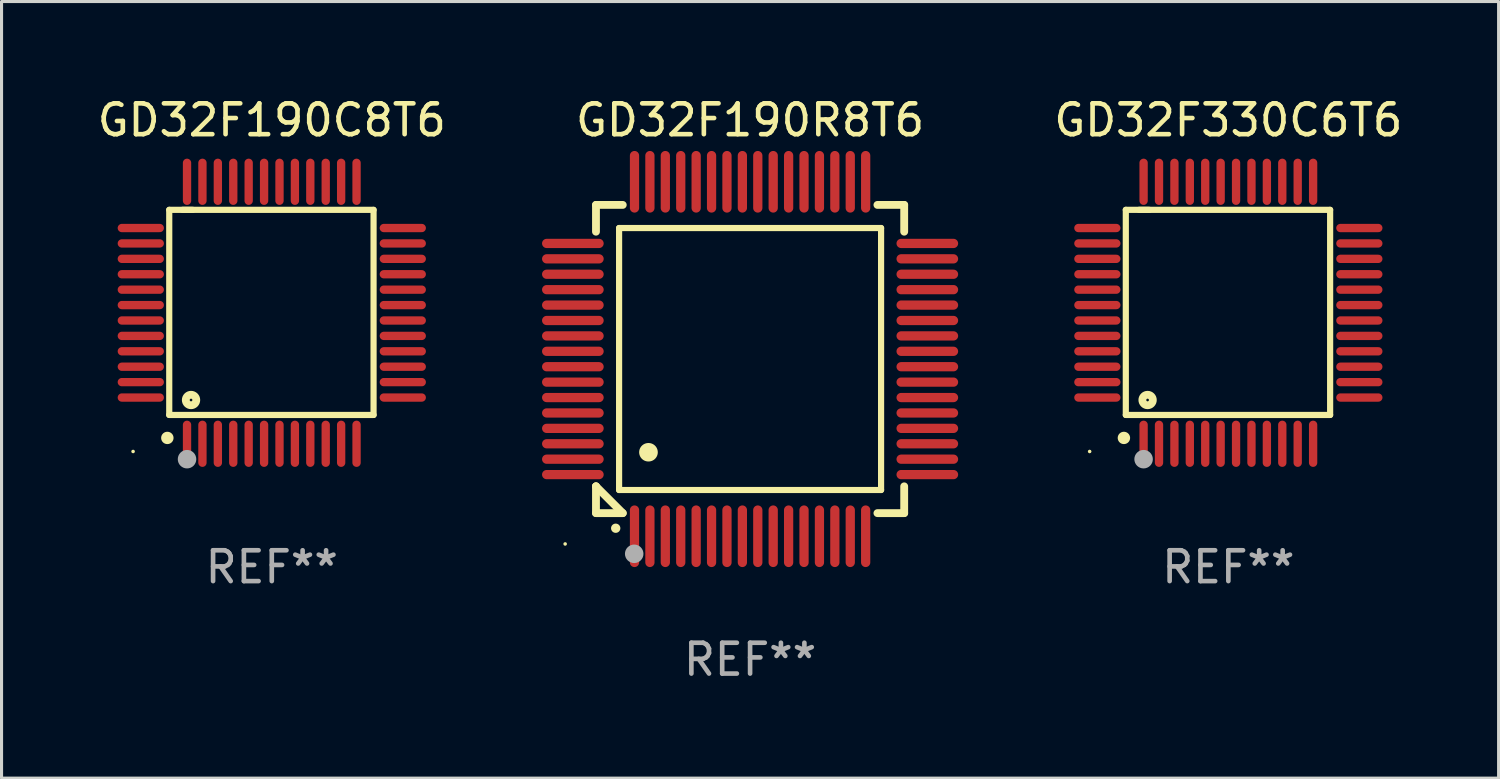
<source format=kicad_pcb>
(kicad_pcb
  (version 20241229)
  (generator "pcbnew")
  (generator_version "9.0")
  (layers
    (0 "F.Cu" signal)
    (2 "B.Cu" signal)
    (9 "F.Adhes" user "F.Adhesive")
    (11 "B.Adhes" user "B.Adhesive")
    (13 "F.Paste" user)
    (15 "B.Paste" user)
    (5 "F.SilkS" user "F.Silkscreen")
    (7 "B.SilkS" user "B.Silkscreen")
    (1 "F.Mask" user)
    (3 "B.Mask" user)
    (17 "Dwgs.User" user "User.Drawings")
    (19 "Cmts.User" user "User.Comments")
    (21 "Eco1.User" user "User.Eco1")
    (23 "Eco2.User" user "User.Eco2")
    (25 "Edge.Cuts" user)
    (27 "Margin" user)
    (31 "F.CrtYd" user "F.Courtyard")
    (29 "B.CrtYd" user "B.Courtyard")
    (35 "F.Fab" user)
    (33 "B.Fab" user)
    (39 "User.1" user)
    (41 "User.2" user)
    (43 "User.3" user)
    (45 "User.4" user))
  (footprint "GD32F330C6T6"
    (layer "F.Cu")
    (at 36.803 7.098)
    (property "Reference" "GD32F330C6T6" (at 0 -6.25 0) (layer "F.SilkS") (effects (font (size 1 1) (thickness 0.15))))
    (attr through_hole)
    (fp_line (start -3.327 -3.34) (end -2.565 -3.34) (stroke (width 0.2) (type solid)) (layer "F.SilkS"))
    (fp_line (start -3.327 3.315) (end -3.327 -3.34) (stroke (width 0.2) (type solid)) (layer "F.SilkS"))
    (fp_line (start -2.896 -3.34) (end 3.302 -3.34) (stroke (width 0.2) (type solid)) (layer "F.SilkS"))
    (fp_line (start 3.302 -3.34) (end 3.302 3.315) (stroke (width 0.2) (type solid)) (layer "F.SilkS"))
    (fp_line (start 3.302 3.315) (end -3.327 3.315) (stroke (width 0.2) (type solid)) (layer "F.SilkS"))
    (fp_arc (start -3.389992 4.059995) (mid -3.388722 4.059991) (end -3.387452 4.059995) (stroke (width 0.4) (type solid)) (layer "F.SilkS"))
    (fp_circle (center -4.5 4.5) (end -4.47 4.5) (stroke (width 0.06) (type solid)) (fill no) (layer "F.SilkS"))
    (fp_circle (center -2.62 2.83) (end -2.45 2.83) (stroke (width 0.254) (type solid)) (fill no) (layer "F.SilkS"))
    (fp_circle (center -2.75 4.75) (end -2.6 4.75) (stroke (width 0.3) (type solid)) (fill no) (layer "F.Fab"))
    (fp_text user "REF**" (at 0 8.25 0) (layer "F.Fab") (effects (font (size 1 1) (thickness 0.15))))
    (pad "1" smd oval (at -2.75 4.25) (size 0.27 1.5) (layers "F.Cu" "F.Mask" "F.Paste"))
    (pad "2" smd oval (at -2.25 4.25) (size 0.27 1.5) (layers "F.Cu" "F.Mask" "F.Paste"))
    (pad "3" smd oval (at -1.75 4.25) (size 0.27 1.5) (layers "F.Cu" "F.Mask" "F.Paste"))
    (pad "4" smd oval (at -1.25 4.25) (size 0.27 1.5) (layers "F.Cu" "F.Mask" "F.Paste"))
    (pad "5" smd oval (at -0.75 4.25) (size 0.27 1.5) (layers "F.Cu" "F.Mask" "F.Paste"))
    (pad "6" smd oval (at -0.25 4.25) (size 0.27 1.5) (layers "F.Cu" "F.Mask" "F.Paste"))
    (pad "7" smd oval (at 0.25 4.25) (size 0.27 1.5) (layers "F.Cu" "F.Mask" "F.Paste"))
    (pad "8" smd oval (at 0.75 4.25) (size 0.27 1.5) (layers "F.Cu" "F.Mask" "F.Paste"))
    (pad "9" smd oval (at 1.25 4.25) (size 0.27 1.5) (layers "F.Cu" "F.Mask" "F.Paste"))
    (pad "10" smd oval (at 1.75 4.25) (size 0.27 1.5) (layers "F.Cu" "F.Mask" "F.Paste"))
    (pad "11" smd oval (at 2.25 4.25) (size 0.27 1.5) (layers "F.Cu" "F.Mask" "F.Paste"))
    (pad "12" smd oval (at 2.75 4.25) (size 0.27 1.5) (layers "F.Cu" "F.Mask" "F.Paste"))
    (pad "13" smd oval (at 4.25 2.75) (size 1.5 0.27) (layers "F.Cu" "F.Mask" "F.Paste"))
    (pad "14" smd oval (at 4.25 2.25) (size 1.5 0.27) (layers "F.Cu" "F.Mask" "F.Paste"))
    (pad "15" smd oval (at 4.25 1.75) (size 1.5 0.27) (layers "F.Cu" "F.Mask" "F.Paste"))
    (pad "16" smd oval (at 4.25 1.25) (size 1.5 0.27) (layers "F.Cu" "F.Mask" "F.Paste"))
    (pad "17" smd oval (at 4.25 0.75) (size 1.5 0.27) (layers "F.Cu" "F.Mask" "F.Paste"))
    (pad "18" smd oval (at 4.25 0.25) (size 1.5 0.27) (layers "F.Cu" "F.Mask" "F.Paste"))
    (pad "19" smd oval (at 4.25 -0.25) (size 1.5 0.27) (layers "F.Cu" "F.Mask" "F.Paste"))
    (pad "20" smd oval (at 4.25 -0.75) (size 1.5 0.27) (layers "F.Cu" "F.Mask" "F.Paste"))
    (pad "21" smd oval (at 4.25 -1.25) (size 1.5 0.27) (layers "F.Cu" "F.Mask" "F.Paste"))
    (pad "22" smd oval (at 4.25 -1.75) (size 1.5 0.27) (layers "F.Cu" "F.Mask" "F.Paste"))
    (pad "23" smd oval (at 4.25 -2.25) (size 1.5 0.27) (layers "F.Cu" "F.Mask" "F.Paste"))
    (pad "24" smd oval (at 4.25 -2.75) (size 1.5 0.27) (layers "F.Cu" "F.Mask" "F.Paste"))
    (pad "25" smd oval (at 2.75 -4.25) (size 0.27 1.5) (layers "F.Cu" "F.Mask" "F.Paste"))
    (pad "26" smd oval (at 2.25 -4.25) (size 0.27 1.5) (layers "F.Cu" "F.Mask" "F.Paste"))
    (pad "27" smd oval (at 1.75 -4.25) (size 0.27 1.5) (layers "F.Cu" "F.Mask" "F.Paste"))
    (pad "28" smd oval (at 1.25 -4.25) (size 0.27 1.5) (layers "F.Cu" "F.Mask" "F.Paste"))
    (pad "29" smd oval (at 0.75 -4.25) (size 0.27 1.5) (layers "F.Cu" "F.Mask" "F.Paste"))
    (pad "30" smd oval (at 0.25 -4.25) (size 0.27 1.5) (layers "F.Cu" "F.Mask" "F.Paste"))
    (pad "31" smd oval (at -0.25 -4.25) (size 0.27 1.5) (layers "F.Cu" "F.Mask" "F.Paste"))
    (pad "32" smd oval (at -0.75 -4.25) (size 0.27 1.5) (layers "F.Cu" "F.Mask" "F.Paste"))
    (pad "33" smd oval (at -1.25 -4.25) (size 0.27 1.5) (layers "F.Cu" "F.Mask" "F.Paste"))
    (pad "34" smd oval (at -1.75 -4.25) (size 0.27 1.5) (layers "F.Cu" "F.Mask" "F.Paste"))
    (pad "35" smd oval (at -2.25 -4.25) (size 0.27 1.5) (layers "F.Cu" "F.Mask" "F.Paste"))
    (pad "36" smd oval (at -2.75 -4.25) (size 0.27 1.5) (layers "F.Cu" "F.Mask" "F.Paste"))
    (pad "37" smd oval (at -4.25 -2.75) (size 1.5 0.27) (layers "F.Cu" "F.Mask" "F.Paste"))
    (pad "38" smd oval (at -4.25 -2.25) (size 1.5 0.27) (layers "F.Cu" "F.Mask" "F.Paste"))
    (pad "39" smd oval (at -4.25 -1.75) (size 1.5 0.27) (layers "F.Cu" "F.Mask" "F.Paste"))
    (pad "40" smd oval (at -4.25 -1.25) (size 1.5 0.27) (layers "F.Cu" "F.Mask" "F.Paste"))
    (pad "41" smd oval (at -4.25 -0.75) (size 1.5 0.27) (layers "F.Cu" "F.Mask" "F.Paste"))
    (pad "42" smd oval (at -4.25 -0.25) (size 1.5 0.27) (layers "F.Cu" "F.Mask" "F.Paste"))
    (pad "43" smd oval (at -4.25 0.25) (size 1.5 0.27) (layers "F.Cu" "F.Mask" "F.Paste"))
    (pad "44" smd oval (at -4.25 0.75) (size 1.5 0.27) (layers "F.Cu" "F.Mask" "F.Paste"))
    (pad "45" smd oval (at -4.25 1.25) (size 1.5 0.27) (layers "F.Cu" "F.Mask" "F.Paste"))
    (pad "46" smd oval (at -4.25 1.75) (size 1.5 0.27) (layers "F.Cu" "F.Mask" "F.Paste"))
    (pad "47" smd oval (at -4.25 2.25) (size 1.5 0.27) (layers "F.Cu" "F.Mask" "F.Paste"))
    (pad "48" smd oval (at -4.25 2.75) (size 1.5 0.27) (layers "F.Cu" "F.Mask" "F.Paste")))
  (footprint "GD32F190C8T6"
    (layer "F.Cu")
    (at 5.768 7.098)
    (property "Reference" "GD32F190C8T6" (at 0 -6.25 0) (layer "F.SilkS") (effects (font (size 1 1) (thickness 0.15))))
    (attr through_hole)
    (fp_line (start -3.327 -3.34) (end -2.565 -3.34) (stroke (width 0.2) (type solid)) (layer "F.SilkS"))
    (fp_line (start -3.327 3.315) (end -3.327 -3.34) (stroke (width 0.2) (type solid)) (layer "F.SilkS"))
    (fp_line (start -2.896 -3.34) (end 3.302 -3.34) (stroke (width 0.2) (type solid)) (layer "F.SilkS"))
    (fp_line (start 3.302 -3.34) (end 3.302 3.315) (stroke (width 0.2) (type solid)) (layer "F.SilkS"))
    (fp_line (start 3.302 3.315) (end -3.327 3.315) (stroke (width 0.2) (type solid)) (layer "F.SilkS"))
    (fp_arc (start -3.389992 4.059995) (mid -3.388722 4.059991) (end -3.387452 4.059995) (stroke (width 0.4) (type solid)) (layer "F.SilkS"))
    (fp_circle (center -4.5 4.5) (end -4.47 4.5) (stroke (width 0.06) (type solid)) (fill no) (layer "F.SilkS"))
    (fp_circle (center -2.62 2.83) (end -2.45 2.83) (stroke (width 0.254) (type solid)) (fill no) (layer "F.SilkS"))
    (fp_circle (center -2.75 4.75) (end -2.6 4.75) (stroke (width 0.3) (type solid)) (fill no) (layer "F.Fab"))
    (fp_text user "REF**" (at 0 8.25 0) (layer "F.Fab") (effects (font (size 1 1) (thickness 0.15))))
    (pad "1" smd oval (at -2.75 4.25) (size 0.27 1.5) (layers "F.Cu" "F.Mask" "F.Paste"))
    (pad "2" smd oval (at -2.25 4.25) (size 0.27 1.5) (layers "F.Cu" "F.Mask" "F.Paste"))
    (pad "3" smd oval (at -1.75 4.25) (size 0.27 1.5) (layers "F.Cu" "F.Mask" "F.Paste"))
    (pad "4" smd oval (at -1.25 4.25) (size 0.27 1.5) (layers "F.Cu" "F.Mask" "F.Paste"))
    (pad "5" smd oval (at -0.75 4.25) (size 0.27 1.5) (layers "F.Cu" "F.Mask" "F.Paste"))
    (pad "6" smd oval (at -0.25 4.25) (size 0.27 1.5) (layers "F.Cu" "F.Mask" "F.Paste"))
    (pad "7" smd oval (at 0.25 4.25) (size 0.27 1.5) (layers "F.Cu" "F.Mask" "F.Paste"))
    (pad "8" smd oval (at 0.75 4.25) (size 0.27 1.5) (layers "F.Cu" "F.Mask" "F.Paste"))
    (pad "9" smd oval (at 1.25 4.25) (size 0.27 1.5) (layers "F.Cu" "F.Mask" "F.Paste"))
    (pad "10" smd oval (at 1.75 4.25) (size 0.27 1.5) (layers "F.Cu" "F.Mask" "F.Paste"))
    (pad "11" smd oval (at 2.25 4.25) (size 0.27 1.5) (layers "F.Cu" "F.Mask" "F.Paste"))
    (pad "12" smd oval (at 2.75 4.25) (size 0.27 1.5) (layers "F.Cu" "F.Mask" "F.Paste"))
    (pad "13" smd oval (at 4.25 2.75) (size 1.5 0.27) (layers "F.Cu" "F.Mask" "F.Paste"))
    (pad "14" smd oval (at 4.25 2.25) (size 1.5 0.27) (layers "F.Cu" "F.Mask" "F.Paste"))
    (pad "15" smd oval (at 4.25 1.75) (size 1.5 0.27) (layers "F.Cu" "F.Mask" "F.Paste"))
    (pad "16" smd oval (at 4.25 1.25) (size 1.5 0.27) (layers "F.Cu" "F.Mask" "F.Paste"))
    (pad "17" smd oval (at 4.25 0.75) (size 1.5 0.27) (layers "F.Cu" "F.Mask" "F.Paste"))
    (pad "18" smd oval (at 4.25 0.25) (size 1.5 0.27) (layers "F.Cu" "F.Mask" "F.Paste"))
    (pad "19" smd oval (at 4.25 -0.25) (size 1.5 0.27) (layers "F.Cu" "F.Mask" "F.Paste"))
    (pad "20" smd oval (at 4.25 -0.75) (size 1.5 0.27) (layers "F.Cu" "F.Mask" "F.Paste"))
    (pad "21" smd oval (at 4.25 -1.25) (size 1.5 0.27) (layers "F.Cu" "F.Mask" "F.Paste"))
    (pad "22" smd oval (at 4.25 -1.75) (size 1.5 0.27) (layers "F.Cu" "F.Mask" "F.Paste"))
    (pad "23" smd oval (at 4.25 -2.25) (size 1.5 0.27) (layers "F.Cu" "F.Mask" "F.Paste"))
    (pad "24" smd oval (at 4.25 -2.75) (size 1.5 0.27) (layers "F.Cu" "F.Mask" "F.Paste"))
    (pad "25" smd oval (at 2.75 -4.25) (size 0.27 1.5) (layers "F.Cu" "F.Mask" "F.Paste"))
    (pad "26" smd oval (at 2.25 -4.25) (size 0.27 1.5) (layers "F.Cu" "F.Mask" "F.Paste"))
    (pad "27" smd oval (at 1.75 -4.25) (size 0.27 1.5) (layers "F.Cu" "F.Mask" "F.Paste"))
    (pad "28" smd oval (at 1.25 -4.25) (size 0.27 1.5) (layers "F.Cu" "F.Mask" "F.Paste"))
    (pad "29" smd oval (at 0.75 -4.25) (size 0.27 1.5) (layers "F.Cu" "F.Mask" "F.Paste"))
    (pad "30" smd oval (at 0.25 -4.25) (size 0.27 1.5) (layers "F.Cu" "F.Mask" "F.Paste"))
    (pad "31" smd oval (at -0.25 -4.25) (size 0.27 1.5) (layers "F.Cu" "F.Mask" "F.Paste"))
    (pad "32" smd oval (at -0.75 -4.25) (size 0.27 1.5) (layers "F.Cu" "F.Mask" "F.Paste"))
    (pad "33" smd oval (at -1.25 -4.25) (size 0.27 1.5) (layers "F.Cu" "F.Mask" "F.Paste"))
    (pad "34" smd oval (at -1.75 -4.25) (size 0.27 1.5) (layers "F.Cu" "F.Mask" "F.Paste"))
    (pad "35" smd oval (at -2.25 -4.25) (size 0.27 1.5) (layers "F.Cu" "F.Mask" "F.Paste"))
    (pad "36" smd oval (at -2.75 -4.25) (size 0.27 1.5) (layers "F.Cu" "F.Mask" "F.Paste"))
    (pad "37" smd oval (at -4.25 -2.75) (size 1.5 0.27) (layers "F.Cu" "F.Mask" "F.Paste"))
    (pad "38" smd oval (at -4.25 -2.25) (size 1.5 0.27) (layers "F.Cu" "F.Mask" "F.Paste"))
    (pad "39" smd oval (at -4.25 -1.75) (size 1.5 0.27) (layers "F.Cu" "F.Mask" "F.Paste"))
    (pad "40" smd oval (at -4.25 -1.25) (size 1.5 0.27) (layers "F.Cu" "F.Mask" "F.Paste"))
    (pad "41" smd oval (at -4.25 -0.75) (size 1.5 0.27) (layers "F.Cu" "F.Mask" "F.Paste"))
    (pad "42" smd oval (at -4.25 -0.25) (size 1.5 0.27) (layers "F.Cu" "F.Mask" "F.Paste"))
    (pad "43" smd oval (at -4.25 0.25) (size 1.5 0.27) (layers "F.Cu" "F.Mask" "F.Paste"))
    (pad "44" smd oval (at -4.25 0.75) (size 1.5 0.27) (layers "F.Cu" "F.Mask" "F.Paste"))
    (pad "45" smd oval (at -4.25 1.25) (size 1.5 0.27) (layers "F.Cu" "F.Mask" "F.Paste"))
    (pad "46" smd oval (at -4.25 1.75) (size 1.5 0.27) (layers "F.Cu" "F.Mask" "F.Paste"))
    (pad "47" smd oval (at -4.25 2.25) (size 1.5 0.27) (layers "F.Cu" "F.Mask" "F.Paste"))
    (pad "48" smd oval (at -4.25 2.75) (size 1.5 0.27) (layers "F.Cu" "F.Mask" "F.Paste")))
  (footprint "GD32F190R8T6"
    (layer "F.Cu")
    (at 21.286 8.598)
    (property "Reference" "GD32F190R8T6" (at 0 -7.75 0) (layer "F.SilkS") (effects (font (size 1 1) (thickness 0.15))))
    (attr through_hole)
    (fp_line (start -5 -5) (end -4.131 -5) (stroke (width 0.254) (type solid)) (layer "F.SilkS"))
    (fp_line (start -5 -4.131) (end -5 -5) (stroke (width 0.254) (type solid)) (layer "F.SilkS"))
    (fp_line (start -5 4.131) (end -5 4.131) (stroke (width 0.254) (type solid)) (layer "F.SilkS"))
    (fp_line (start -5 5) (end -5 4.131) (stroke (width 0.254) (type solid)) (layer "F.SilkS"))
    (fp_line (start -5 4.131) (end -4.131 5) (stroke (width 0.254) (type solid)) (layer "F.SilkS"))
    (fp_line (start -4.25 -4.25) (end -4.25 4.25) (stroke (width 0.2) (type solid)) (layer "F.SilkS"))
    (fp_line (start -4.25 4.25) (end 4.25 4.25) (stroke (width 0.2) (type solid)) (layer "F.SilkS"))
    (fp_line (start -4.131 5) (end -5 5) (stroke (width 0.254) (type solid)) (layer "F.SilkS"))
    (fp_line (start 4.25 -4.25) (end -4.25 -4.25) (stroke (width 0.2) (type solid)) (layer "F.SilkS"))
    (fp_line (start 4.25 4.25) (end 4.25 -4.25) (stroke (width 0.2) (type solid)) (layer "F.SilkS"))
    (fp_line (start 5 -5) (end 4.131 -5) (stroke (width 0.254) (type solid)) (layer "F.SilkS"))
    (fp_line (start 5 -5) (end 5 -4.131) (stroke (width 0.254) (type solid)) (layer "F.SilkS"))
    (fp_line (start 5 4.131) (end 5 5) (stroke (width 0.254) (type solid)) (layer "F.SilkS"))
    (fp_line (start 5 5) (end 4.131 5) (stroke (width 0.254) (type solid)) (layer "F.SilkS"))
    (fp_arc (start -4.361265 5.489992) (mid -4.359995 5.489987) (end -4.358725 5.489992) (stroke (width 0.3) (type solid)) (layer "F.SilkS"))
    (fp_arc (start -3.299467 3.025146) (mid -3.296927 3.025135) (end -3.294387 3.025146) (stroke (width 0.6) (type solid)) (layer "F.SilkS"))
    (fp_circle (center -6 6) (end -5.97 6) (stroke (width 0.06) (type solid)) (fill no) (layer "F.SilkS"))
    (fp_circle (center -3.76 6.32) (end -3.61 6.32) (stroke (width 0.3) (type solid)) (fill no) (layer "F.Fab"))
    (fp_text user "REF**" (at 0 9.75 0) (layer "F.Fab") (effects (font (size 1 1) (thickness 0.15))))
    (pad "1" smd oval (at -3.75 5.75) (size 0.3 2) (layers "F.Cu" "F.Mask" "F.Paste"))
    (pad "2" smd oval (at -3.25 5.75) (size 0.3 2) (layers "F.Cu" "F.Mask" "F.Paste"))
    (pad "3" smd oval (at -2.75 5.75) (size 0.3 2) (layers "F.Cu" "F.Mask" "F.Paste"))
    (pad "4" smd oval (at -2.25 5.75) (size 0.3 2) (layers "F.Cu" "F.Mask" "F.Paste"))
    (pad "5" smd oval (at -1.75 5.75) (size 0.3 2) (layers "F.Cu" "F.Mask" "F.Paste"))
    (pad "6" smd oval (at -1.25 5.75) (size 0.3 2) (layers "F.Cu" "F.Mask" "F.Paste"))
    (pad "7" smd oval (at -0.75 5.75) (size 0.3 2) (layers "F.Cu" "F.Mask" "F.Paste"))
    (pad "8" smd oval (at -0.25 5.75) (size 0.3 2) (layers "F.Cu" "F.Mask" "F.Paste"))
    (pad "9" smd oval (at 0.25 5.75) (size 0.3 2) (layers "F.Cu" "F.Mask" "F.Paste"))
    (pad "10" smd oval (at 0.75 5.75) (size 0.3 2) (layers "F.Cu" "F.Mask" "F.Paste"))
    (pad "11" smd oval (at 1.25 5.75) (size 0.3 2) (layers "F.Cu" "F.Mask" "F.Paste"))
    (pad "12" smd oval (at 1.75 5.75) (size 0.3 2) (layers "F.Cu" "F.Mask" "F.Paste"))
    (pad "13" smd oval (at 2.25 5.75) (size 0.3 2) (layers "F.Cu" "F.Mask" "F.Paste"))
    (pad "14" smd oval (at 2.75 5.75) (size 0.3 2) (layers "F.Cu" "F.Mask" "F.Paste"))
    (pad "15" smd oval (at 3.25 5.75) (size 0.3 2) (layers "F.Cu" "F.Mask" "F.Paste"))
    (pad "16" smd oval (at 3.75 5.75) (size 0.3 2) (layers "F.Cu" "F.Mask" "F.Paste"))
    (pad "17" smd oval (at 5.75 3.75) (size 2 0.3) (layers "F.Cu" "F.Mask" "F.Paste"))
    (pad "18" smd oval (at 5.75 3.25) (size 2 0.3) (layers "F.Cu" "F.Mask" "F.Paste"))
    (pad "19" smd oval (at 5.75 2.75) (size 2 0.3) (layers "F.Cu" "F.Mask" "F.Paste"))
    (pad "20" smd oval (at 5.75 2.25) (size 2 0.3) (layers "F.Cu" "F.Mask" "F.Paste"))
    (pad "21" smd oval (at 5.75 1.75) (size 2 0.3) (layers "F.Cu" "F.Mask" "F.Paste"))
    (pad "22" smd oval (at 5.75 1.25) (size 2 0.3) (layers "F.Cu" "F.Mask" "F.Paste"))
    (pad "23" smd oval (at 5.75 0.75) (size 2 0.3) (layers "F.Cu" "F.Mask" "F.Paste"))
    (pad "24" smd oval (at 5.75 0.25) (size 2 0.3) (layers "F.Cu" "F.Mask" "F.Paste"))
    (pad "25" smd oval (at 5.75 -0.25) (size 2 0.3) (layers "F.Cu" "F.Mask" "F.Paste"))
    (pad "26" smd oval (at 5.75 -0.75) (size 2 0.3) (layers "F.Cu" "F.Mask" "F.Paste"))
    (pad "27" smd oval (at 5.75 -1.25) (size 2 0.3) (layers "F.Cu" "F.Mask" "F.Paste"))
    (pad "28" smd oval (at 5.75 -1.75) (size 2 0.3) (layers "F.Cu" "F.Mask" "F.Paste"))
    (pad "29" smd oval (at 5.75 -2.25) (size 2 0.3) (layers "F.Cu" "F.Mask" "F.Paste"))
    (pad "30" smd oval (at 5.75 -2.75) (size 2 0.3) (layers "F.Cu" "F.Mask" "F.Paste"))
    (pad "31" smd oval (at 5.75 -3.25) (size 2 0.3) (layers "F.Cu" "F.Mask" "F.Paste"))
    (pad "32" smd oval (at 5.75 -3.75) (size 2 0.3) (layers "F.Cu" "F.Mask" "F.Paste"))
    (pad "33" smd oval (at 3.75 -5.75) (size 0.3 2) (layers "F.Cu" "F.Mask" "F.Paste"))
    (pad "34" smd oval (at 3.25 -5.75) (size 0.3 2) (layers "F.Cu" "F.Mask" "F.Paste"))
    (pad "35" smd oval (at 2.75 -5.75) (size 0.3 2) (layers "F.Cu" "F.Mask" "F.Paste"))
    (pad "36" smd oval (at 2.25 -5.75) (size 0.3 2) (layers "F.Cu" "F.Mask" "F.Paste"))
    (pad "37" smd oval (at 1.75 -5.75) (size 0.3 2) (layers "F.Cu" "F.Mask" "F.Paste"))
    (pad "38" smd oval (at 1.25 -5.75) (size 0.3 2) (layers "F.Cu" "F.Mask" "F.Paste"))
    (pad "39" smd oval (at 0.75 -5.75) (size 0.3 2) (layers "F.Cu" "F.Mask" "F.Paste"))
    (pad "40" smd oval (at 0.25 -5.75) (size 0.3 2) (layers "F.Cu" "F.Mask" "F.Paste"))
    (pad "41" smd oval (at -0.25 -5.75) (size 0.3 2) (layers "F.Cu" "F.Mask" "F.Paste"))
    (pad "42" smd oval (at -0.75 -5.75) (size 0.3 2) (layers "F.Cu" "F.Mask" "F.Paste"))
    (pad "43" smd oval (at -1.25 -5.75) (size 0.3 2) (layers "F.Cu" "F.Mask" "F.Paste"))
    (pad "44" smd oval (at -1.75 -5.75) (size 0.3 2) (layers "F.Cu" "F.Mask" "F.Paste"))
    (pad "45" smd oval (at -2.25 -5.75) (size 0.3 2) (layers "F.Cu" "F.Mask" "F.Paste"))
    (pad "46" smd oval (at -2.75 -5.75) (size 0.3 2) (layers "F.Cu" "F.Mask" "F.Paste"))
    (pad "47" smd oval (at -3.25 -5.75) (size 0.3 2) (layers "F.Cu" "F.Mask" "F.Paste"))
    (pad "48" smd oval (at -3.75 -5.75) (size 0.3 2) (layers "F.Cu" "F.Mask" "F.Paste"))
    (pad "49" smd oval (at -5.75 -3.75) (size 2 0.3) (layers "F.Cu" "F.Mask" "F.Paste"))
    (pad "50" smd oval (at -5.75 -3.25) (size 2 0.3) (layers "F.Cu" "F.Mask" "F.Paste"))
    (pad "51" smd oval (at -5.75 -2.75) (size 2 0.3) (layers "F.Cu" "F.Mask" "F.Paste"))
    (pad "52" smd oval (at -5.75 -2.25) (size 2 0.3) (layers "F.Cu" "F.Mask" "F.Paste"))
    (pad "53" smd oval (at -5.75 -1.75) (size 2 0.3) (layers "F.Cu" "F.Mask" "F.Paste"))
    (pad "54" smd oval (at -5.75 -1.25) (size 2 0.3) (layers "F.Cu" "F.Mask" "F.Paste"))
    (pad "55" smd oval (at -5.75 -0.75) (size 2 0.3) (layers "F.Cu" "F.Mask" "F.Paste"))
    (pad "56" smd oval (at -5.75 -0.25) (size 2 0.3) (layers "F.Cu" "F.Mask" "F.Paste"))
    (pad "57" smd oval (at -5.75 0.25) (size 2 0.3) (layers "F.Cu" "F.Mask" "F.Paste"))
    (pad "58" smd oval (at -5.75 0.75) (size 2 0.3) (layers "F.Cu" "F.Mask" "F.Paste"))
    (pad "59" smd oval (at -5.75 1.25) (size 2 0.3) (layers "F.Cu" "F.Mask" "F.Paste"))
    (pad "60" smd oval (at -5.75 1.75) (size 2 0.3) (layers "F.Cu" "F.Mask" "F.Paste"))
    (pad "61" smd oval (at -5.75 2.25) (size 2 0.3) (layers "F.Cu" "F.Mask" "F.Paste"))
    (pad "62" smd oval (at -5.75 2.75) (size 2 0.3) (layers "F.Cu" "F.Mask" "F.Paste"))
    (pad "63" smd oval (at -5.75 3.25) (size 2 0.3) (layers "F.Cu" "F.Mask" "F.Paste"))
    (pad "64" smd oval (at -5.75 3.75) (size 2 0.3) (layers "F.Cu" "F.Mask" "F.Paste")))
  (gr_rect
    (start -3 -3)
    (end 45.571 22.196)
    (stroke (width 0.1) (type default))
    (fill no)
    (layer "Edge.Cuts")))
</source>
